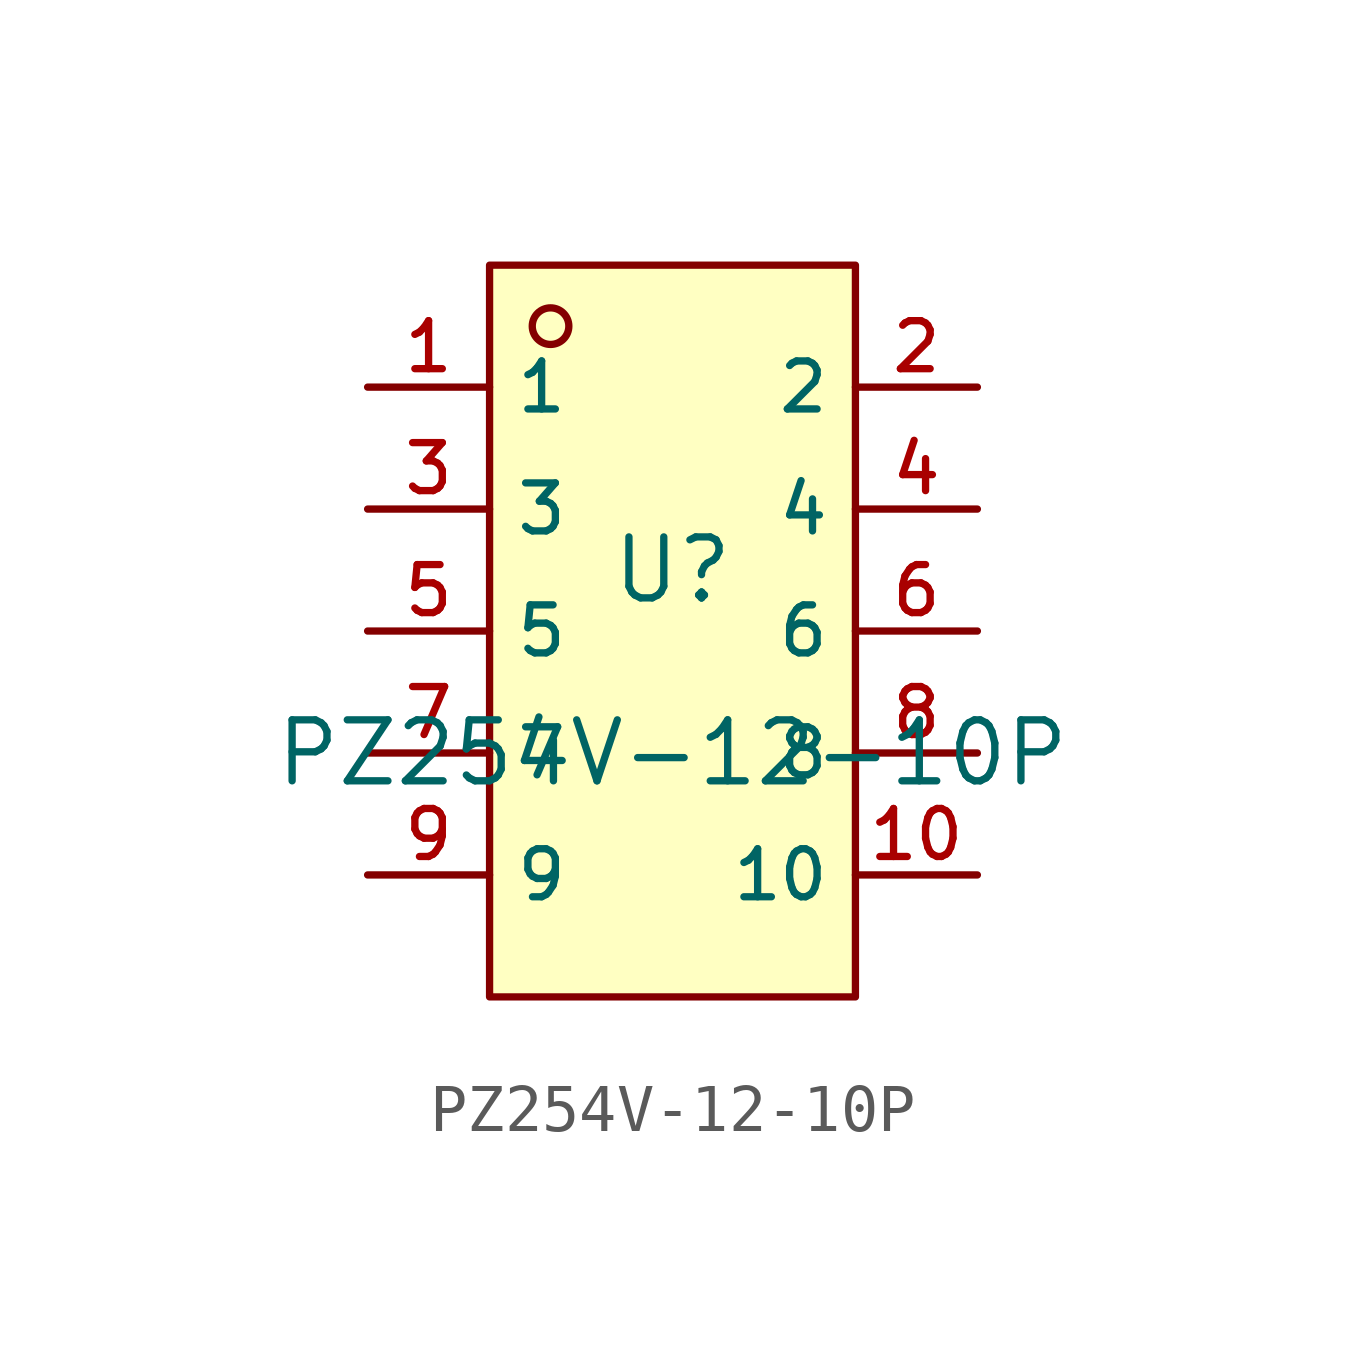
<source format=kicad_sym>
(kicad_symbol_lib
  (version 20210201)
  (generator TousstNicolas/JLC2KiCad_lib)
  (symbol "PZ254V-12-10P"
    (property "Reference" "U"
      (at 0 1.27 0)
      (effects (font (size 1.27 1.27))))
    (property "Value" "PZ254V-12-10P"
      (at 0 -2.54 0)
      (effects (font (size 1.27 1.27))))
    (symbol "PZ254V-12-10P_0_1"
      (rectangle (start -3.81 7.62) (end 3.81 -7.62) (stroke (width 0) (type default) (color 0 0 0 0)) (fill (type background)))
      (circle (center -2.54 6.35) (radius 0.381) (stroke (width 0) (type default) (color 0 0 0 0)) (fill (type background)))
      (pin unspecified line (at -6.35 5.08 0) (length 2.54) (name "1" (effects (font (size 1 1)))) (number "1" (effects (font (size 1 1)))))
      (pin unspecified line (at 6.35 -5.08 180) (length 2.54) (name "10" (effects (font (size 1 1)))) (number "10" (effects (font (size 1 1)))))
      (pin unspecified line (at -6.35 2.54 0) (length 2.54) (name "3" (effects (font (size 1 1)))) (number "3" (effects (font (size 1 1)))))
      (pin unspecified line (at 6.35 -2.54 180) (length 2.54) (name "8" (effects (font (size 1 1)))) (number "8" (effects (font (size 1 1)))))
      (pin unspecified line (at -6.35 -0.0 0) (length 2.54) (name "5" (effects (font (size 1 1)))) (number "5" (effects (font (size 1 1)))))
      (pin unspecified line (at 6.35 -0.0 180) (length 2.54) (name "6" (effects (font (size 1 1)))) (number "6" (effects (font (size 1 1)))))
      (pin unspecified line (at -6.35 -2.54 0) (length 2.54) (name "7" (effects (font (size 1 1)))) (number "7" (effects (font (size 1 1)))))
      (pin unspecified line (at 6.35 2.54 180) (length 2.54) (name "4" (effects (font (size 1 1)))) (number "4" (effects (font (size 1 1)))))
      (pin unspecified line (at -6.35 -5.08 0) (length 2.54) (name "9" (effects (font (size 1 1)))) (number "9" (effects (font (size 1 1)))))
      (pin unspecified line (at 6.35 5.08 180) (length 2.54) (name "2" (effects (font (size 1 1)))) (number "2" (effects (font (size 1 1))))))))
</source>
